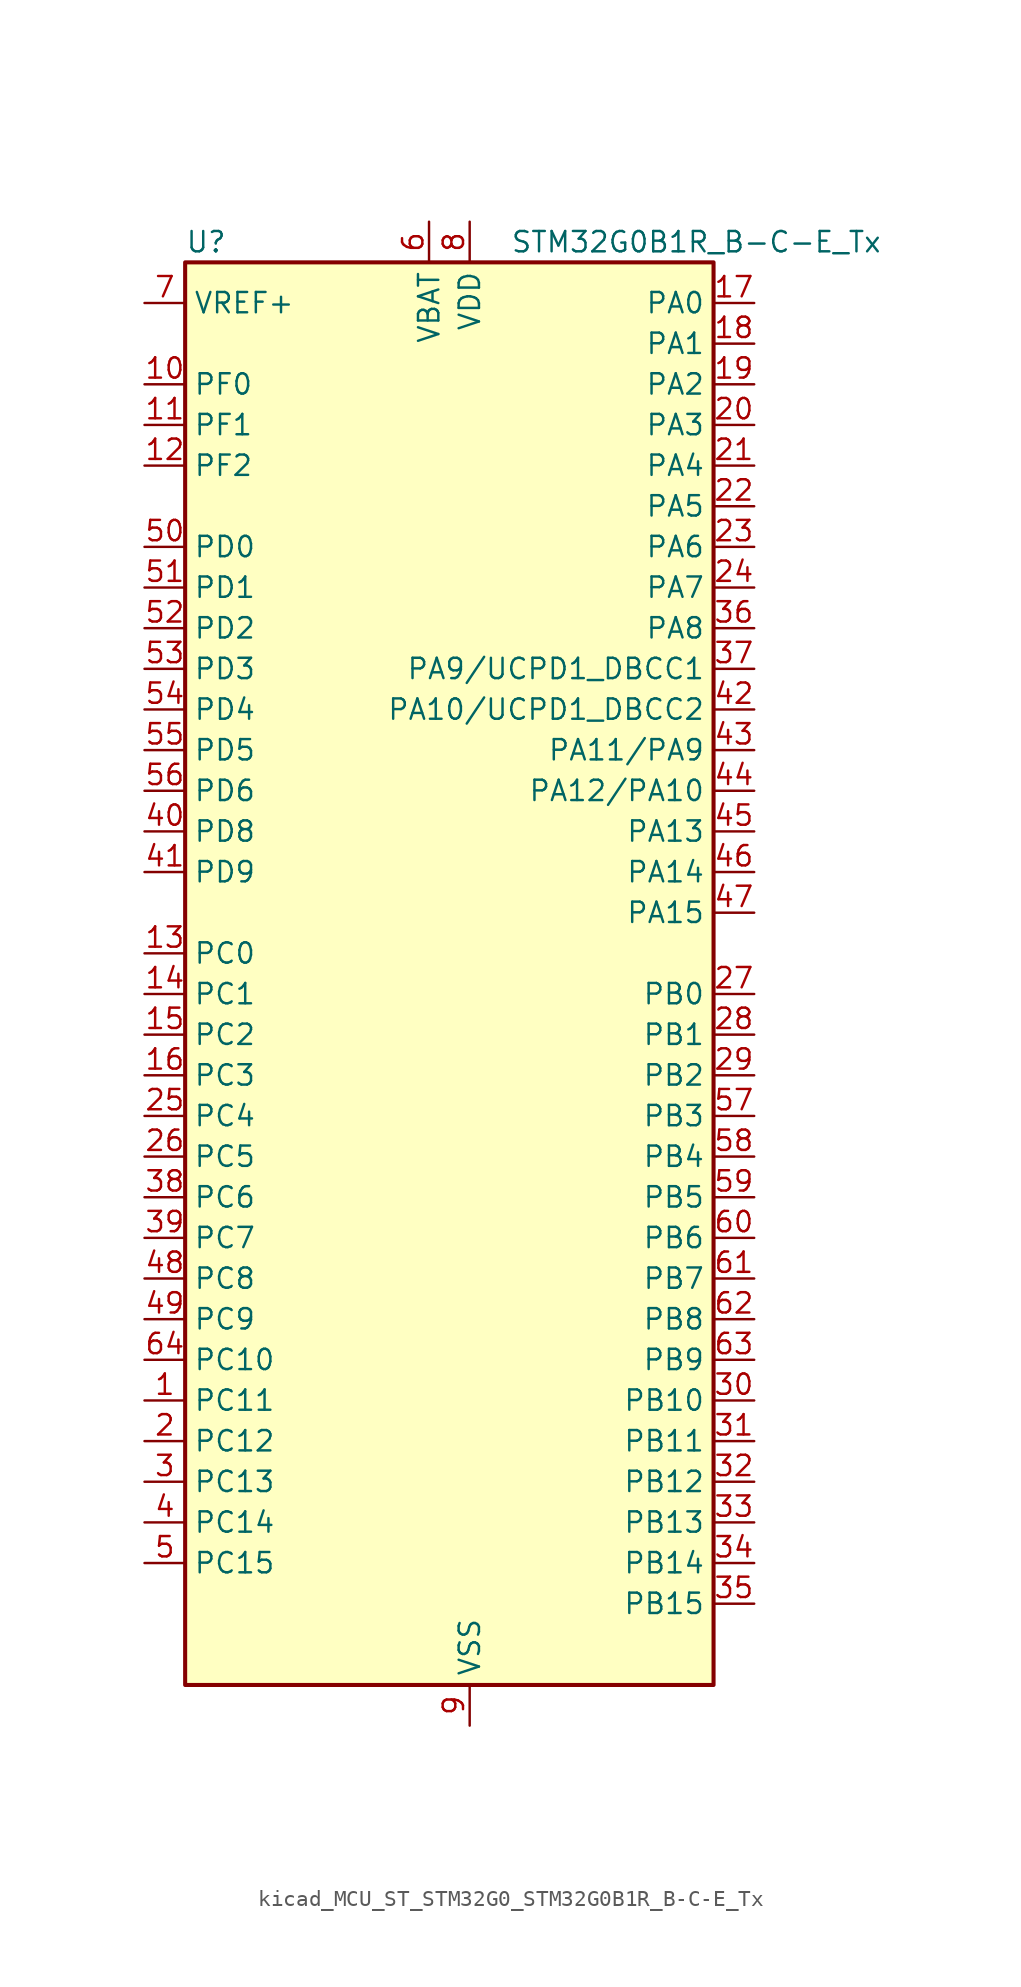
<source format=kicad_sym>
(kicad_symbol_lib
  (version 20220914)
  (generator kicad_symbol_editor)
  (symbol "kicad_MCU_ST_STM32G0_STM32G0B1R_B-C-E_Tx"
    (property "Reference" "U"
      (at -15.24 46.99 0)
      (effects (font (size 1.27 1.27)) (justify left)))
    (property "Value" "STM32G0B1R_B-C-E_Tx"
      (at 5.08 46.99 0)
      (effects (font (size 1.27 1.27)) (justify left)))
    (property "ki_locked" ""
      (at 0 0 0)
      (effects (font (size 1.27 1.27))))
    (symbol "kicad_MCU_ST_STM32G0_STM32G0B1R_B-C-E_Tx_0_1"
      (rectangle (start -15.24 -43.18) (end 17.78 45.72) (stroke (width 0.254) (type default)) (fill (type background))))
    (symbol "kicad_MCU_ST_STM32G0_STM32G0B1R_B-C-E_Tx_1_1"
      (pin bidirectional line (at -17.78 -25.4 0) (length 2.54) (name "PC11" (effects (font (size 1.27 1.27)))) (number "1" (effects (font (size 1.27 1.27)))) (alternate "ADC1_EXTI11" bidirectional line) (alternate "SPI3_MISO" bidirectional line) (alternate "TIM1_CH4" bidirectional line) (alternate "USART3_RX" bidirectional line) (alternate "USART4_RX" bidirectional line))
      (pin bidirectional line (at -17.78 38.1 0) (length 2.54) (name "PF0" (effects (font (size 1.27 1.27)))) (number "10" (effects (font (size 1.27 1.27)))) (alternate "CRS1_SYNC" bidirectional line) (alternate "RCC_OSC_IN" bidirectional line) (alternate "TIM14_CH1" bidirectional line))
      (pin bidirectional line (at -17.78 35.56 0) (length 2.54) (name "PF1" (effects (font (size 1.27 1.27)))) (number "11" (effects (font (size 1.27 1.27)))) (alternate "RCC_OSC_EN" bidirectional line) (alternate "RCC_OSC_OUT" bidirectional line) (alternate "TIM15_CH1N" bidirectional line))
      (pin bidirectional line (at -17.78 33.02 0) (length 2.54) (name "PF2" (effects (font (size 1.27 1.27)))) (number "12" (effects (font (size 1.27 1.27)))) (alternate "LPUART2_DE" bidirectional line) (alternate "LPUART2_RTS" bidirectional line) (alternate "LPUART2_TX" bidirectional line) (alternate "RCC_MCO" bidirectional line))
      (pin bidirectional line (at -17.78 2.54 0) (length 2.54) (name "PC0" (effects (font (size 1.27 1.27)))) (number "13" (effects (font (size 1.27 1.27)))) (alternate "COMP3_INM" bidirectional line) (alternate "COMP3_OUT" bidirectional line) (alternate "I2C3_SCL" bidirectional line) (alternate "LPTIM1_IN1" bidirectional line) (alternate "LPTIM2_IN1" bidirectional line) (alternate "LPUART1_RX" bidirectional line) (alternate "LPUART2_TX" bidirectional line) (alternate "USART6_TX" bidirectional line))
      (pin bidirectional line (at -17.78 0 0) (length 2.54) (name "PC1" (effects (font (size 1.27 1.27)))) (number "14" (effects (font (size 1.27 1.27)))) (alternate "COMP3_INP" bidirectional line) (alternate "I2C3_SDA" bidirectional line) (alternate "LPTIM1_OUT" bidirectional line) (alternate "LPUART1_TX" bidirectional line) (alternate "LPUART2_RX" bidirectional line) (alternate "TIM15_CH1" bidirectional line) (alternate "USART6_RX" bidirectional line))
      (pin bidirectional line (at -17.78 -2.54 0) (length 2.54) (name "PC2" (effects (font (size 1.27 1.27)))) (number "15" (effects (font (size 1.27 1.27)))) (alternate "COMP3_OUT" bidirectional line) (alternate "FDCAN2_RX" bidirectional line) (alternate "I2S2_MCK" bidirectional line) (alternate "LPTIM1_IN2" bidirectional line) (alternate "SPI2_MISO" bidirectional line) (alternate "TIM15_CH2" bidirectional line))
      (pin bidirectional line (at -17.78 -5.08 0) (length 2.54) (name "PC3" (effects (font (size 1.27 1.27)))) (number "16" (effects (font (size 1.27 1.27)))) (alternate "FDCAN2_TX" bidirectional line) (alternate "I2S2_SD" bidirectional line) (alternate "LPTIM1_ETR" bidirectional line) (alternate "LPTIM2_ETR" bidirectional line) (alternate "SPI2_MOSI" bidirectional line))
      (pin bidirectional line (at 20.32 43.18 180) (length 2.54) (name "PA0" (effects (font (size 1.27 1.27)))) (number "17" (effects (font (size 1.27 1.27)))) (alternate "ADC1_IN0" bidirectional line) (alternate "COMP1_INM" bidirectional line) (alternate "COMP1_OUT" bidirectional line) (alternate "I2S2_CK" bidirectional line) (alternate "LPTIM1_OUT" bidirectional line) (alternate "RTC_TAMP_IN2" bidirectional line) (alternate "SPI2_SCK" bidirectional line) (alternate "SYS_WKUP1" bidirectional line) (alternate "TIM2_CH1" bidirectional line) (alternate "TIM2_ETR" bidirectional line) (alternate "UCPD2_FRSTX1" bidirectional line) (alternate "UCPD2_FRSTX2" bidirectional line) (alternate "USART2_CTS" bidirectional line) (alternate "USART2_NSS" bidirectional line) (alternate "USART4_TX" bidirectional line))
      (pin bidirectional line (at 20.32 40.64 180) (length 2.54) (name "PA1" (effects (font (size 1.27 1.27)))) (number "18" (effects (font (size 1.27 1.27)))) (alternate "ADC1_IN1" bidirectional line) (alternate "COMP1_INP" bidirectional line) (alternate "I2C1_SMBA" bidirectional line) (alternate "I2S1_CK" bidirectional line) (alternate "SPI1_SCK" bidirectional line) (alternate "TIM15_CH1N" bidirectional line) (alternate "TIM2_CH2" bidirectional line) (alternate "USART2_CK" bidirectional line) (alternate "USART2_DE" bidirectional line) (alternate "USART2_RTS" bidirectional line) (alternate "USART4_RX" bidirectional line))
      (pin bidirectional line (at 20.32 38.1 180) (length 2.54) (name "PA2" (effects (font (size 1.27 1.27)))) (number "19" (effects (font (size 1.27 1.27)))) (alternate "ADC1_IN2" bidirectional line) (alternate "COMP2_INM" bidirectional line) (alternate "COMP2_OUT" bidirectional line) (alternate "I2S1_SD" bidirectional line) (alternate "LPUART1_TX" bidirectional line) (alternate "RCC_LSCO" bidirectional line) (alternate "SPI1_MOSI" bidirectional line) (alternate "SYS_WKUP4" bidirectional line) (alternate "TIM15_CH1" bidirectional line) (alternate "TIM2_CH3" bidirectional line) (alternate "UCPD1_FRSTX1" bidirectional line) (alternate "UCPD1_FRSTX2" bidirectional line) (alternate "USART2_TX" bidirectional line))
      (pin bidirectional line (at -17.78 -27.94 0) (length 2.54) (name "PC12" (effects (font (size 1.27 1.27)))) (number "2" (effects (font (size 1.27 1.27)))) (alternate "LPTIM1_IN1" bidirectional line) (alternate "SPI3_MOSI" bidirectional line) (alternate "TIM14_CH1" bidirectional line) (alternate "UCPD1_FRSTX1" bidirectional line) (alternate "UCPD1_FRSTX2" bidirectional line) (alternate "USART5_TX" bidirectional line))
      (pin bidirectional line (at 20.32 35.56 180) (length 2.54) (name "PA3" (effects (font (size 1.27 1.27)))) (number "20" (effects (font (size 1.27 1.27)))) (alternate "ADC1_IN3" bidirectional line) (alternate "COMP2_INP" bidirectional line) (alternate "I2S2_MCK" bidirectional line) (alternate "LPUART1_RX" bidirectional line) (alternate "SPI2_MISO" bidirectional line) (alternate "TIM15_CH2" bidirectional line) (alternate "TIM2_CH4" bidirectional line) (alternate "UCPD2_FRSTX1" bidirectional line) (alternate "UCPD2_FRSTX2" bidirectional line) (alternate "USART2_RX" bidirectional line))
      (pin bidirectional line (at 20.32 33.02 180) (length 2.54) (name "PA4" (effects (font (size 1.27 1.27)))) (number "21" (effects (font (size 1.27 1.27)))) (alternate "ADC1_IN4" bidirectional line) (alternate "DAC1_OUT1" bidirectional line) (alternate "I2S1_WS" bidirectional line) (alternate "I2S2_SD" bidirectional line) (alternate "LPTIM2_OUT" bidirectional line) (alternate "RTC_OUT2" bidirectional line) (alternate "SPI1_NSS" bidirectional line) (alternate "SPI2_MOSI" bidirectional line) (alternate "SPI3_NSS" bidirectional line) (alternate "TIM14_CH1" bidirectional line) (alternate "UCPD2_FRSTX1" bidirectional line) (alternate "UCPD2_FRSTX2" bidirectional line) (alternate "USART6_TX" bidirectional line) (alternate "USB_NOE" bidirectional line))
      (pin bidirectional line (at 20.32 30.48 180) (length 2.54) (name "PA5" (effects (font (size 1.27 1.27)))) (number "22" (effects (font (size 1.27 1.27)))) (alternate "ADC1_IN5" bidirectional line) (alternate "CEC" bidirectional line) (alternate "DAC1_OUT2" bidirectional line) (alternate "I2S1_CK" bidirectional line) (alternate "LPTIM2_ETR" bidirectional line) (alternate "SPI1_SCK" bidirectional line) (alternate "TIM2_CH1" bidirectional line) (alternate "TIM2_ETR" bidirectional line) (alternate "UCPD1_FRSTX1" bidirectional line) (alternate "UCPD1_FRSTX2" bidirectional line) (alternate "USART3_TX" bidirectional line) (alternate "USART6_RX" bidirectional line))
      (pin bidirectional line (at 20.32 27.94 180) (length 2.54) (name "PA6" (effects (font (size 1.27 1.27)))) (number "23" (effects (font (size 1.27 1.27)))) (alternate "ADC1_IN6" bidirectional line) (alternate "COMP1_OUT" bidirectional line) (alternate "I2C2_SDA" bidirectional line) (alternate "I2C3_SDA" bidirectional line) (alternate "I2S1_MCK" bidirectional line) (alternate "LPUART1_CTS" bidirectional line) (alternate "SPI1_MISO" bidirectional line) (alternate "TIM16_CH1" bidirectional line) (alternate "TIM1_BK" bidirectional line) (alternate "TIM3_CH1" bidirectional line) (alternate "USART3_CTS" bidirectional line) (alternate "USART3_NSS" bidirectional line) (alternate "USART6_CTS" bidirectional line) (alternate "USART6_NSS" bidirectional line))
      (pin bidirectional line (at 20.32 25.4 180) (length 2.54) (name "PA7" (effects (font (size 1.27 1.27)))) (number "24" (effects (font (size 1.27 1.27)))) (alternate "ADC1_IN7" bidirectional line) (alternate "COMP2_OUT" bidirectional line) (alternate "I2C2_SCL" bidirectional line) (alternate "I2C3_SCL" bidirectional line) (alternate "I2S1_SD" bidirectional line) (alternate "SPI1_MOSI" bidirectional line) (alternate "TIM14_CH1" bidirectional line) (alternate "TIM17_CH1" bidirectional line) (alternate "TIM1_CH1N" bidirectional line) (alternate "TIM3_CH2" bidirectional line) (alternate "UCPD1_FRSTX1" bidirectional line) (alternate "UCPD1_FRSTX2" bidirectional line) (alternate "USART6_CK" bidirectional line) (alternate "USART6_DE" bidirectional line) (alternate "USART6_RTS" bidirectional line))
      (pin bidirectional line (at -17.78 -7.62 0) (length 2.54) (name "PC4" (effects (font (size 1.27 1.27)))) (number "25" (effects (font (size 1.27 1.27)))) (alternate "ADC1_IN17" bidirectional line) (alternate "COMP1_INM" bidirectional line) (alternate "FDCAN1_RX" bidirectional line) (alternate "TIM2_CH1" bidirectional line) (alternate "TIM2_ETR" bidirectional line) (alternate "USART1_TX" bidirectional line) (alternate "USART3_TX" bidirectional line))
      (pin bidirectional line (at -17.78 -10.16 0) (length 2.54) (name "PC5" (effects (font (size 1.27 1.27)))) (number "26" (effects (font (size 1.27 1.27)))) (alternate "ADC1_IN18" bidirectional line) (alternate "COMP1_INP" bidirectional line) (alternate "FDCAN1_TX" bidirectional line) (alternate "SYS_WKUP5" bidirectional line) (alternate "TIM2_CH2" bidirectional line) (alternate "USART1_RX" bidirectional line) (alternate "USART3_RX" bidirectional line))
      (pin bidirectional line (at 20.32 0 180) (length 2.54) (name "PB0" (effects (font (size 1.27 1.27)))) (number "27" (effects (font (size 1.27 1.27)))) (alternate "ADC1_IN8" bidirectional line) (alternate "COMP1_OUT" bidirectional line) (alternate "COMP3_INP" bidirectional line) (alternate "FDCAN2_RX" bidirectional line) (alternate "I2S1_WS" bidirectional line) (alternate "LPTIM1_OUT" bidirectional line) (alternate "LPUART2_CTS" bidirectional line) (alternate "SPI1_NSS" bidirectional line) (alternate "TIM1_CH2N" bidirectional line) (alternate "TIM3_CH3" bidirectional line) (alternate "UCPD1_FRSTX1" bidirectional line) (alternate "UCPD1_FRSTX2" bidirectional line) (alternate "USART3_RX" bidirectional line) (alternate "USART5_TX" bidirectional line))
      (pin bidirectional line (at 20.32 -2.54 180) (length 2.54) (name "PB1" (effects (font (size 1.27 1.27)))) (number "28" (effects (font (size 1.27 1.27)))) (alternate "ADC1_IN9" bidirectional line) (alternate "COMP1_INM" bidirectional line) (alternate "COMP3_OUT" bidirectional line) (alternate "FDCAN2_TX" bidirectional line) (alternate "LPTIM2_IN1" bidirectional line) (alternate "LPUART1_DE" bidirectional line) (alternate "LPUART1_RTS" bidirectional line) (alternate "LPUART2_DE" bidirectional line) (alternate "LPUART2_RTS" bidirectional line) (alternate "TIM14_CH1" bidirectional line) (alternate "TIM1_CH3N" bidirectional line) (alternate "TIM3_CH4" bidirectional line) (alternate "USART3_CK" bidirectional line) (alternate "USART3_DE" bidirectional line) (alternate "USART3_RTS" bidirectional line) (alternate "USART5_RX" bidirectional line))
      (pin bidirectional line (at 20.32 -5.08 180) (length 2.54) (name "PB2" (effects (font (size 1.27 1.27)))) (number "29" (effects (font (size 1.27 1.27)))) (alternate "ADC1_IN10" bidirectional line) (alternate "COMP1_INP" bidirectional line) (alternate "COMP3_INM" bidirectional line) (alternate "I2S2_MCK" bidirectional line) (alternate "LPTIM1_OUT" bidirectional line) (alternate "RCC_MCO_2" bidirectional line) (alternate "SPI2_MISO" bidirectional line) (alternate "USART3_TX" bidirectional line))
      (pin bidirectional line (at -17.78 -30.48 0) (length 2.54) (name "PC13" (effects (font (size 1.27 1.27)))) (number "3" (effects (font (size 1.27 1.27)))) (alternate "RTC_OUT1" bidirectional line) (alternate "RTC_TAMP_IN1" bidirectional line) (alternate "RTC_TS" bidirectional line) (alternate "SYS_WKUP2" bidirectional line) (alternate "TIM1_BK" bidirectional line))
      (pin bidirectional line (at 20.32 -25.4 180) (length 2.54) (name "PB10" (effects (font (size 1.27 1.27)))) (number "30" (effects (font (size 1.27 1.27)))) (alternate "ADC1_IN11" bidirectional line) (alternate "CEC" bidirectional line) (alternate "COMP1_OUT" bidirectional line) (alternate "I2C2_SCL" bidirectional line) (alternate "I2S2_CK" bidirectional line) (alternate "LPUART1_RX" bidirectional line) (alternate "SPI2_SCK" bidirectional line) (alternate "TIM2_CH3" bidirectional line) (alternate "USART3_TX" bidirectional line))
      (pin bidirectional line (at 20.32 -27.94 180) (length 2.54) (name "PB11" (effects (font (size 1.27 1.27)))) (number "31" (effects (font (size 1.27 1.27)))) (alternate "ADC1_EXTI11" bidirectional line) (alternate "ADC1_IN15" bidirectional line) (alternate "COMP2_OUT" bidirectional line) (alternate "I2C2_SDA" bidirectional line) (alternate "I2S2_SD" bidirectional line) (alternate "LPUART1_TX" bidirectional line) (alternate "SPI2_MOSI" bidirectional line) (alternate "TIM2_CH4" bidirectional line) (alternate "USART3_RX" bidirectional line))
      (pin bidirectional line (at 20.32 -30.48 180) (length 2.54) (name "PB12" (effects (font (size 1.27 1.27)))) (number "32" (effects (font (size 1.27 1.27)))) (alternate "ADC1_IN16" bidirectional line) (alternate "FDCAN2_RX" bidirectional line) (alternate "I2C2_SMBA" bidirectional line) (alternate "I2S2_WS" bidirectional line) (alternate "LPUART1_DE" bidirectional line) (alternate "LPUART1_RTS" bidirectional line) (alternate "SPI2_NSS" bidirectional line) (alternate "TIM15_BK" bidirectional line) (alternate "TIM1_BK" bidirectional line) (alternate "UCPD2_FRSTX1" bidirectional line) (alternate "UCPD2_FRSTX2" bidirectional line))
      (pin bidirectional line (at 20.32 -33.02 180) (length 2.54) (name "PB13" (effects (font (size 1.27 1.27)))) (number "33" (effects (font (size 1.27 1.27)))) (alternate "FDCAN2_TX" bidirectional line) (alternate "I2C2_SCL" bidirectional line) (alternate "I2S2_CK" bidirectional line) (alternate "LPUART1_CTS" bidirectional line) (alternate "SPI2_SCK" bidirectional line) (alternate "TIM15_CH1N" bidirectional line) (alternate "TIM1_CH1N" bidirectional line) (alternate "USART3_CTS" bidirectional line) (alternate "USART3_NSS" bidirectional line))
      (pin bidirectional line (at 20.32 -35.56 180) (length 2.54) (name "PB14" (effects (font (size 1.27 1.27)))) (number "34" (effects (font (size 1.27 1.27)))) (alternate "I2C2_SDA" bidirectional line) (alternate "I2S2_MCK" bidirectional line) (alternate "SPI2_MISO" bidirectional line) (alternate "TIM15_CH1" bidirectional line) (alternate "TIM1_CH2N" bidirectional line) (alternate "UCPD1_FRSTX1" bidirectional line) (alternate "UCPD1_FRSTX2" bidirectional line) (alternate "USART3_CK" bidirectional line) (alternate "USART3_DE" bidirectional line) (alternate "USART3_RTS" bidirectional line) (alternate "USART6_CK" bidirectional line) (alternate "USART6_DE" bidirectional line) (alternate "USART6_RTS" bidirectional line))
      (pin bidirectional line (at 20.32 -38.1 180) (length 2.54) (name "PB15" (effects (font (size 1.27 1.27)))) (number "35" (effects (font (size 1.27 1.27)))) (alternate "I2S2_SD" bidirectional line) (alternate "RTC_REFIN" bidirectional line) (alternate "SPI2_MOSI" bidirectional line) (alternate "TIM15_CH1N" bidirectional line) (alternate "TIM15_CH2" bidirectional line) (alternate "TIM1_CH3N" bidirectional line) (alternate "UCPD1_CC2" bidirectional line) (alternate "USART6_CTS" bidirectional line) (alternate "USART6_NSS" bidirectional line))
      (pin bidirectional line (at 20.32 22.86 180) (length 2.54) (name "PA8" (effects (font (size 1.27 1.27)))) (number "36" (effects (font (size 1.27 1.27)))) (alternate "CRS1_SYNC" bidirectional line) (alternate "I2C2_SMBA" bidirectional line) (alternate "I2S2_WS" bidirectional line) (alternate "LPTIM2_OUT" bidirectional line) (alternate "RCC_MCO" bidirectional line) (alternate "SPI2_NSS" bidirectional line) (alternate "TIM1_CH1" bidirectional line) (alternate "UCPD1_CC1" bidirectional line))
      (pin bidirectional line (at 20.32 20.32 180) (length 2.54) (name "PA9/UCPD1_DBCC1" (effects (font (size 1.27 1.27)))) (number "37" (effects (font (size 1.27 1.27)))) (alternate "DAC1_EXTI9" bidirectional line) (alternate "I2C1_SCL" bidirectional line) (alternate "I2C2_SCL" bidirectional line) (alternate "I2S2_MCK" bidirectional line) (alternate "RCC_MCO" bidirectional line) (alternate "SPI2_MISO" bidirectional line) (alternate "TIM15_BK" bidirectional line) (alternate "TIM1_CH2" bidirectional line) (alternate "UCPD1_DBCC1" bidirectional line) (alternate "USART1_TX" bidirectional line))
      (pin bidirectional line (at -17.78 -12.7 0) (length 2.54) (name "PC6" (effects (font (size 1.27 1.27)))) (number "38" (effects (font (size 1.27 1.27)))) (alternate "LPUART2_TX" bidirectional line) (alternate "TIM2_CH3" bidirectional line) (alternate "TIM3_CH1" bidirectional line) (alternate "UCPD1_FRSTX1" bidirectional line) (alternate "UCPD1_FRSTX2" bidirectional line))
      (pin bidirectional line (at -17.78 -15.24 0) (length 2.54) (name "PC7" (effects (font (size 1.27 1.27)))) (number "39" (effects (font (size 1.27 1.27)))) (alternate "LPUART2_RX" bidirectional line) (alternate "TIM2_CH4" bidirectional line) (alternate "TIM3_CH2" bidirectional line) (alternate "UCPD2_FRSTX1" bidirectional line) (alternate "UCPD2_FRSTX2" bidirectional line))
      (pin bidirectional line (at -17.78 -33.02 0) (length 2.54) (name "PC14" (effects (font (size 1.27 1.27)))) (number "4" (effects (font (size 1.27 1.27)))) (alternate "RCC_OSC32_IN" bidirectional line) (alternate "TIM1_BK2" bidirectional line))
      (pin bidirectional line (at -17.78 10.16 0) (length 2.54) (name "PD8" (effects (font (size 1.27 1.27)))) (number "40" (effects (font (size 1.27 1.27)))) (alternate "I2S1_CK" bidirectional line) (alternate "LPTIM1_OUT" bidirectional line) (alternate "SPI1_SCK" bidirectional line) (alternate "USART3_TX" bidirectional line))
      (pin bidirectional line (at -17.78 7.62 0) (length 2.54) (name "PD9" (effects (font (size 1.27 1.27)))) (number "41" (effects (font (size 1.27 1.27)))) (alternate "DAC1_EXTI9" bidirectional line) (alternate "I2S1_WS" bidirectional line) (alternate "SPI1_NSS" bidirectional line) (alternate "TIM1_BK2" bidirectional line) (alternate "USART3_RX" bidirectional line))
      (pin bidirectional line (at 20.32 17.78 180) (length 2.54) (name "PA10/UCPD1_DBCC2" (effects (font (size 1.27 1.27)))) (number "42" (effects (font (size 1.27 1.27)))) (alternate "I2C1_SDA" bidirectional line) (alternate "I2C2_SDA" bidirectional line) (alternate "I2S2_SD" bidirectional line) (alternate "RCC_MCO_2" bidirectional line) (alternate "SPI2_MOSI" bidirectional line) (alternate "TIM17_BK" bidirectional line) (alternate "TIM1_CH3" bidirectional line) (alternate "UCPD1_DBCC2" bidirectional line) (alternate "USART1_RX" bidirectional line))
      (pin bidirectional line (at 20.32 15.24 180) (length 2.54) (name "PA11/PA9" (effects (font (size 1.27 1.27)))) (number "43" (effects (font (size 1.27 1.27)))) (alternate "ADC1_EXTI11" bidirectional line) (alternate "COMP1_OUT" bidirectional line) (alternate "FDCAN1_RX" bidirectional line) (alternate "I2C2_SCL" bidirectional line) (alternate "I2S1_MCK" bidirectional line) (alternate "SPI1_MISO" bidirectional line) (alternate "TIM1_BK2" bidirectional line) (alternate "TIM1_CH4" bidirectional line) (alternate "USART1_CTS" bidirectional line) (alternate "USART1_NSS" bidirectional line) (alternate "USB_DM" bidirectional line))
      (pin bidirectional line (at 20.32 12.7 180) (length 2.54) (name "PA12/PA10" (effects (font (size 1.27 1.27)))) (number "44" (effects (font (size 1.27 1.27)))) (alternate "COMP2_OUT" bidirectional line) (alternate "FDCAN1_TX" bidirectional line) (alternate "I2C2_SDA" bidirectional line) (alternate "I2S1_SD" bidirectional line) (alternate "I2S_CKIN" bidirectional line) (alternate "SPI1_MOSI" bidirectional line) (alternate "TIM1_ETR" bidirectional line) (alternate "USART1_CK" bidirectional line) (alternate "USART1_DE" bidirectional line) (alternate "USART1_RTS" bidirectional line) (alternate "USB_DP" bidirectional line))
      (pin bidirectional line (at 20.32 10.16 180) (length 2.54) (name "PA13" (effects (font (size 1.27 1.27)))) (number "45" (effects (font (size 1.27 1.27)))) (alternate "IR_OUT" bidirectional line) (alternate "LPUART2_RX" bidirectional line) (alternate "SYS_SWDIO" bidirectional line) (alternate "USB_NOE" bidirectional line))
      (pin bidirectional line (at 20.32 7.62 180) (length 2.54) (name "PA14" (effects (font (size 1.27 1.27)))) (number "46" (effects (font (size 1.27 1.27)))) (alternate "LPUART2_TX" bidirectional line) (alternate "SYS_SWCLK" bidirectional line) (alternate "USART2_TX" bidirectional line))
      (pin bidirectional line (at 20.32 5.08 180) (length 2.54) (name "PA15" (effects (font (size 1.27 1.27)))) (number "47" (effects (font (size 1.27 1.27)))) (alternate "I2C2_SMBA" bidirectional line) (alternate "I2S1_WS" bidirectional line) (alternate "RCC_MCO_2" bidirectional line) (alternate "SPI1_NSS" bidirectional line) (alternate "SPI3_NSS" bidirectional line) (alternate "TIM2_CH1" bidirectional line) (alternate "TIM2_ETR" bidirectional line) (alternate "USART2_RX" bidirectional line) (alternate "USART3_CK" bidirectional line) (alternate "USART3_DE" bidirectional line) (alternate "USART3_RTS" bidirectional line) (alternate "USART4_CK" bidirectional line) (alternate "USART4_DE" bidirectional line) (alternate "USART4_RTS" bidirectional line) (alternate "USB_NOE" bidirectional line))
      (pin bidirectional line (at -17.78 -17.78 0) (length 2.54) (name "PC8" (effects (font (size 1.27 1.27)))) (number "48" (effects (font (size 1.27 1.27)))) (alternate "LPUART2_CTS" bidirectional line) (alternate "TIM1_CH1" bidirectional line) (alternate "TIM3_CH3" bidirectional line) (alternate "UCPD2_FRSTX1" bidirectional line) (alternate "UCPD2_FRSTX2" bidirectional line))
      (pin bidirectional line (at -17.78 -20.32 0) (length 2.54) (name "PC9" (effects (font (size 1.27 1.27)))) (number "49" (effects (font (size 1.27 1.27)))) (alternate "DAC1_EXTI9" bidirectional line) (alternate "I2S_CKIN" bidirectional line) (alternate "LPUART2_DE" bidirectional line) (alternate "LPUART2_RTS" bidirectional line) (alternate "TIM1_CH2" bidirectional line) (alternate "TIM3_CH4" bidirectional line) (alternate "USB_NOE" bidirectional line))
      (pin bidirectional line (at -17.78 -35.56 0) (length 2.54) (name "PC15" (effects (font (size 1.27 1.27)))) (number "5" (effects (font (size 1.27 1.27)))) (alternate "RCC_OSC32_EN" bidirectional line) (alternate "RCC_OSC32_OUT" bidirectional line) (alternate "RCC_OSC_EN" bidirectional line) (alternate "TIM15_BK" bidirectional line))
      (pin bidirectional line (at -17.78 27.94 0) (length 2.54) (name "PD0" (effects (font (size 1.27 1.27)))) (number "50" (effects (font (size 1.27 1.27)))) (alternate "FDCAN1_RX" bidirectional line) (alternate "I2S2_WS" bidirectional line) (alternate "SPI2_NSS" bidirectional line) (alternate "TIM16_CH1" bidirectional line) (alternate "UCPD2_CC1" bidirectional line))
      (pin bidirectional line (at -17.78 25.4 0) (length 2.54) (name "PD1" (effects (font (size 1.27 1.27)))) (number "51" (effects (font (size 1.27 1.27)))) (alternate "FDCAN1_TX" bidirectional line) (alternate "I2S2_CK" bidirectional line) (alternate "SPI2_SCK" bidirectional line) (alternate "TIM17_CH1" bidirectional line) (alternate "UCPD2_DBCC1" bidirectional line))
      (pin bidirectional line (at -17.78 22.86 0) (length 2.54) (name "PD2" (effects (font (size 1.27 1.27)))) (number "52" (effects (font (size 1.27 1.27)))) (alternate "TIM1_CH1N" bidirectional line) (alternate "TIM3_ETR" bidirectional line) (alternate "UCPD2_CC2" bidirectional line) (alternate "USART3_CK" bidirectional line) (alternate "USART3_DE" bidirectional line) (alternate "USART3_RTS" bidirectional line) (alternate "USART5_RX" bidirectional line))
      (pin bidirectional line (at -17.78 20.32 0) (length 2.54) (name "PD3" (effects (font (size 1.27 1.27)))) (number "53" (effects (font (size 1.27 1.27)))) (alternate "I2S2_MCK" bidirectional line) (alternate "SPI2_MISO" bidirectional line) (alternate "TIM1_CH2N" bidirectional line) (alternate "UCPD2_DBCC2" bidirectional line) (alternate "USART2_CTS" bidirectional line) (alternate "USART2_NSS" bidirectional line) (alternate "USART5_TX" bidirectional line))
      (pin bidirectional line (at -17.78 17.78 0) (length 2.54) (name "PD4" (effects (font (size 1.27 1.27)))) (number "54" (effects (font (size 1.27 1.27)))) (alternate "I2S2_SD" bidirectional line) (alternate "SPI2_MOSI" bidirectional line) (alternate "TIM1_CH3N" bidirectional line) (alternate "USART2_CK" bidirectional line) (alternate "USART2_DE" bidirectional line) (alternate "USART2_RTS" bidirectional line) (alternate "USART5_CK" bidirectional line) (alternate "USART5_DE" bidirectional line) (alternate "USART5_RTS" bidirectional line))
      (pin bidirectional line (at -17.78 15.24 0) (length 2.54) (name "PD5" (effects (font (size 1.27 1.27)))) (number "55" (effects (font (size 1.27 1.27)))) (alternate "I2S1_MCK" bidirectional line) (alternate "SPI1_MISO" bidirectional line) (alternate "TIM1_BK" bidirectional line) (alternate "USART2_TX" bidirectional line) (alternate "USART5_CTS" bidirectional line) (alternate "USART5_NSS" bidirectional line))
      (pin bidirectional line (at -17.78 12.7 0) (length 2.54) (name "PD6" (effects (font (size 1.27 1.27)))) (number "56" (effects (font (size 1.27 1.27)))) (alternate "I2S1_SD" bidirectional line) (alternate "LPTIM2_OUT" bidirectional line) (alternate "SPI1_MOSI" bidirectional line) (alternate "USART2_RX" bidirectional line))
      (pin bidirectional line (at 20.32 -7.62 180) (length 2.54) (name "PB3" (effects (font (size 1.27 1.27)))) (number "57" (effects (font (size 1.27 1.27)))) (alternate "COMP2_INM" bidirectional line) (alternate "I2C2_SCL" bidirectional line) (alternate "I2C3_SCL" bidirectional line) (alternate "I2S1_CK" bidirectional line) (alternate "SPI1_SCK" bidirectional line) (alternate "SPI3_SCK" bidirectional line) (alternate "TIM1_CH2" bidirectional line) (alternate "TIM2_CH2" bidirectional line) (alternate "USART1_CK" bidirectional line) (alternate "USART1_DE" bidirectional line) (alternate "USART1_RTS" bidirectional line) (alternate "USART5_TX" bidirectional line))
      (pin bidirectional line (at 20.32 -10.16 180) (length 2.54) (name "PB4" (effects (font (size 1.27 1.27)))) (number "58" (effects (font (size 1.27 1.27)))) (alternate "COMP2_INP" bidirectional line) (alternate "I2C2_SDA" bidirectional line) (alternate "I2C3_SDA" bidirectional line) (alternate "I2S1_MCK" bidirectional line) (alternate "SPI1_MISO" bidirectional line) (alternate "SPI3_MISO" bidirectional line) (alternate "TIM17_BK" bidirectional line) (alternate "TIM3_CH1" bidirectional line) (alternate "USART1_CTS" bidirectional line) (alternate "USART1_NSS" bidirectional line) (alternate "USART5_RX" bidirectional line))
      (pin bidirectional line (at 20.32 -12.7 180) (length 2.54) (name "PB5" (effects (font (size 1.27 1.27)))) (number "59" (effects (font (size 1.27 1.27)))) (alternate "COMP2_OUT" bidirectional line) (alternate "FDCAN2_RX" bidirectional line) (alternate "I2C1_SMBA" bidirectional line) (alternate "I2S1_SD" bidirectional line) (alternate "LPTIM1_IN1" bidirectional line) (alternate "SPI1_MOSI" bidirectional line) (alternate "SPI3_MOSI" bidirectional line) (alternate "SYS_WKUP6" bidirectional line) (alternate "TIM16_BK" bidirectional line) (alternate "TIM3_CH2" bidirectional line) (alternate "USART5_CK" bidirectional line) (alternate "USART5_DE" bidirectional line) (alternate "USART5_RTS" bidirectional line))
      (pin power_in line (at 0 48.26 270) (length 2.54) (name "VBAT" (effects (font (size 1.27 1.27)))) (number "6" (effects (font (size 1.27 1.27)))))
      (pin bidirectional line (at 20.32 -15.24 180) (length 2.54) (name "PB6" (effects (font (size 1.27 1.27)))) (number "60" (effects (font (size 1.27 1.27)))) (alternate "COMP2_INP" bidirectional line) (alternate "FDCAN2_TX" bidirectional line) (alternate "I2C1_SCL" bidirectional line) (alternate "I2S2_MCK" bidirectional line) (alternate "LPTIM1_ETR" bidirectional line) (alternate "LPUART2_TX" bidirectional line) (alternate "SPI2_MISO" bidirectional line) (alternate "TIM16_CH1N" bidirectional line) (alternate "TIM1_CH3" bidirectional line) (alternate "TIM4_CH1" bidirectional line) (alternate "USART1_TX" bidirectional line) (alternate "USART5_CTS" bidirectional line) (alternate "USART5_NSS" bidirectional line))
      (pin bidirectional line (at 20.32 -17.78 180) (length 2.54) (name "PB7" (effects (font (size 1.27 1.27)))) (number "61" (effects (font (size 1.27 1.27)))) (alternate "COMP2_INM" bidirectional line) (alternate "I2C1_SDA" bidirectional line) (alternate "I2S2_SD" bidirectional line) (alternate "LPTIM1_IN2" bidirectional line) (alternate "LPUART2_RX" bidirectional line) (alternate "SPI2_MOSI" bidirectional line) (alternate "SYS_PVD_IN" bidirectional line) (alternate "TIM17_CH1N" bidirectional line) (alternate "TIM4_CH2" bidirectional line) (alternate "USART1_RX" bidirectional line) (alternate "USART4_CTS" bidirectional line) (alternate "USART4_NSS" bidirectional line))
      (pin bidirectional line (at 20.32 -20.32 180) (length 2.54) (name "PB8" (effects (font (size 1.27 1.27)))) (number "62" (effects (font (size 1.27 1.27)))) (alternate "CEC" bidirectional line) (alternate "FDCAN1_RX" bidirectional line) (alternate "I2C1_SCL" bidirectional line) (alternate "I2S2_CK" bidirectional line) (alternate "SPI2_SCK" bidirectional line) (alternate "TIM15_BK" bidirectional line) (alternate "TIM16_CH1" bidirectional line) (alternate "TIM4_CH3" bidirectional line) (alternate "USART3_TX" bidirectional line) (alternate "USART6_TX" bidirectional line))
      (pin bidirectional line (at 20.32 -22.86 180) (length 2.54) (name "PB9" (effects (font (size 1.27 1.27)))) (number "63" (effects (font (size 1.27 1.27)))) (alternate "DAC1_EXTI9" bidirectional line) (alternate "FDCAN1_TX" bidirectional line) (alternate "I2C1_SDA" bidirectional line) (alternate "I2S2_WS" bidirectional line) (alternate "IR_OUT" bidirectional line) (alternate "SPI2_NSS" bidirectional line) (alternate "TIM17_CH1" bidirectional line) (alternate "TIM4_CH4" bidirectional line) (alternate "UCPD2_FRSTX1" bidirectional line) (alternate "UCPD2_FRSTX2" bidirectional line) (alternate "USART3_RX" bidirectional line) (alternate "USART6_RX" bidirectional line))
      (pin bidirectional line (at -17.78 -22.86 0) (length 2.54) (name "PC10" (effects (font (size 1.27 1.27)))) (number "64" (effects (font (size 1.27 1.27)))) (alternate "SPI3_SCK" bidirectional line) (alternate "TIM1_CH3" bidirectional line) (alternate "USART3_TX" bidirectional line) (alternate "USART4_TX" bidirectional line))
      (pin input line (at -17.78 43.18 0) (length 2.54) (name "VREF+" (effects (font (size 1.27 1.27)))) (number "7" (effects (font (size 1.27 1.27)))) (alternate "VREFBUF_OUT" bidirectional line))
      (pin power_in line (at 2.54 48.26 270) (length 2.54) (name "VDD" (effects (font (size 1.27 1.27)))) (number "8" (effects (font (size 1.27 1.27)))))
      (pin power_in line (at 2.54 -45.72 90) (length 2.54) (name "VSS" (effects (font (size 1.27 1.27)))) (number "9" (effects (font (size 1.27 1.27))))))))
</source>
